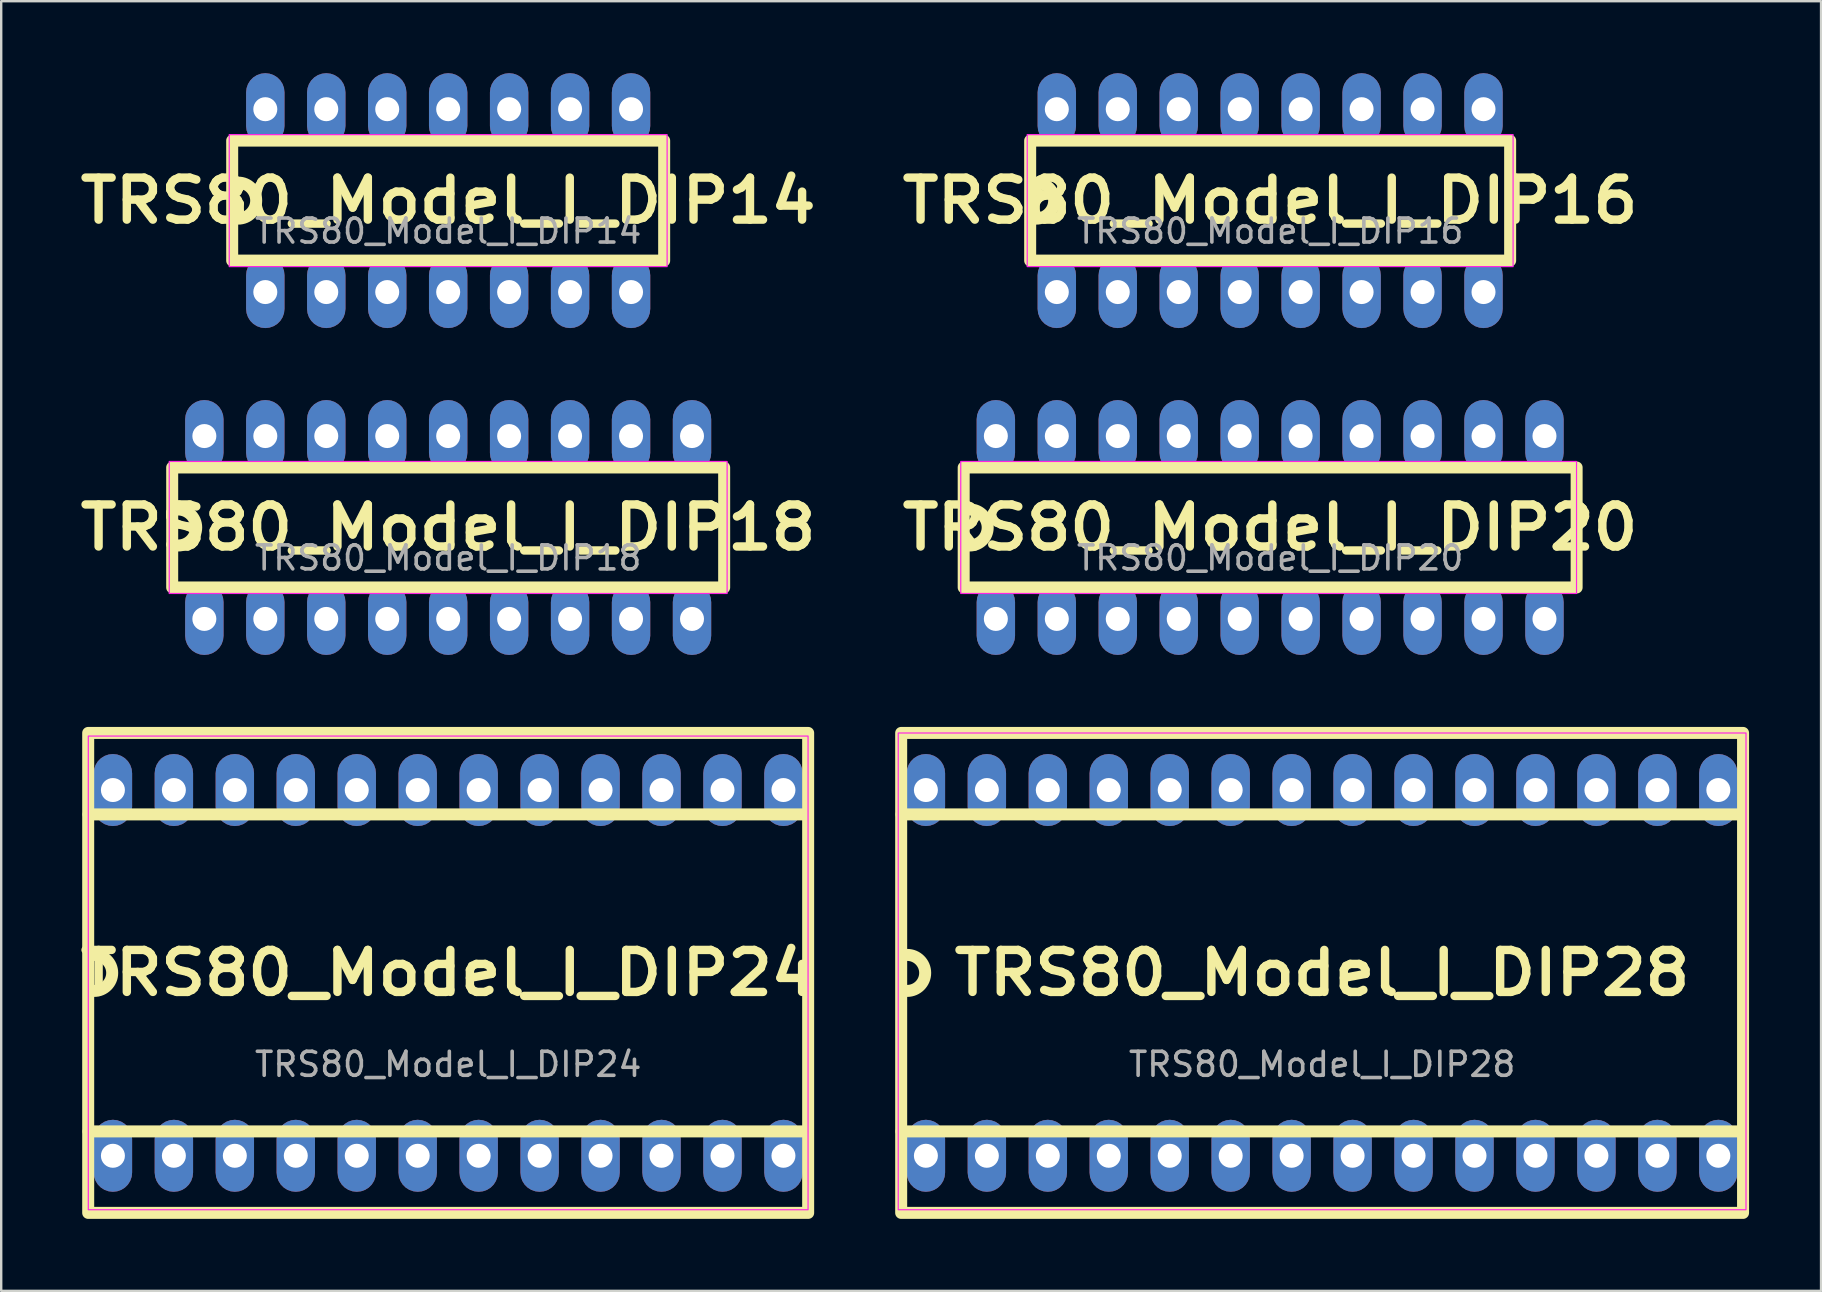
<source format=kicad_pcb>
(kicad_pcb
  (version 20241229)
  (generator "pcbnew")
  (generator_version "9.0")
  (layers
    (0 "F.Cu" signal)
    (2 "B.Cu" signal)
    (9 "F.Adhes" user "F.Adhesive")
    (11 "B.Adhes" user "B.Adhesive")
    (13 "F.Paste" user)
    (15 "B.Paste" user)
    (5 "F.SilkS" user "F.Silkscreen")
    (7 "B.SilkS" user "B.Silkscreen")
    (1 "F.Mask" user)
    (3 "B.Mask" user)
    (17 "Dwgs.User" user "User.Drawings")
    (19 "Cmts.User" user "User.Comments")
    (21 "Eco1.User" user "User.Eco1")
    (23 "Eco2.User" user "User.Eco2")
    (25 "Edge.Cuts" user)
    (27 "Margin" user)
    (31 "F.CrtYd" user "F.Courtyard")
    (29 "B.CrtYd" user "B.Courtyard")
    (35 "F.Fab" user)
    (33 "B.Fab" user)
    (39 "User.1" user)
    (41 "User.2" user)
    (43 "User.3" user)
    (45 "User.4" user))
  (footprint "TRS80_Model_I_DIP16"
    (layer "F.Cu")
    (at 49.876 5.31)
    (property "Reference" "TRS80_Model_I_DIP16" (at 0 0 0) (unlocked yes) (layer "F.SilkS") (effects (font (size 1.75 1.9) (thickness 0.35) (bold yes))))
    (attr through_hole)
    (fp_rect (start -10 -2.5) (end 10 2.5) (stroke (width 0.5) (type default)) (fill no) (layer "F.SilkS"))
    (fp_arc (start -9.75 -0.75) (mid -9 0) (end -9.75 0.75) (stroke (width 0.5) (type default)) (layer "F.SilkS"))
    (fp_rect (start -10.123 -2.75) (end 10.123 2.75) (stroke (width 0.05) (type default)) (fill no) (layer "F.CrtYd"))
    (fp_text user "${REFERENCE}" (at 0 1.27 0) (unlocked yes) (layer "F.Fab") (effects (font (size 1 1) (thickness 0.15))))
    (pad "1" thru_hole roundrect (at -8.89 3.81) (size 1.6 3) (drill 1) (layers "*.Cu" "*.Mask") (roundrect_rratio 0.5))
    (pad "2" thru_hole roundrect (at -6.35 3.81) (size 1.6 3) (drill 1) (layers "*.Cu" "*.Mask") (roundrect_rratio 0.5))
    (pad "3" thru_hole roundrect (at -3.81 3.81) (size 1.6 3) (drill 1) (layers "*.Cu" "*.Mask") (roundrect_rratio 0.5))
    (pad "4" thru_hole roundrect (at -1.27 3.81) (size 1.6 3) (drill 1) (layers "*.Cu" "*.Mask") (roundrect_rratio 0.5))
    (pad "5" thru_hole roundrect (at 1.27 3.81) (size 1.6 3) (drill 1) (layers "*.Cu" "*.Mask") (roundrect_rratio 0.5))
    (pad "6" thru_hole roundrect (at 3.81 3.81) (size 1.6 3) (drill 1) (layers "*.Cu" "*.Mask") (roundrect_rratio 0.5))
    (pad "7" thru_hole roundrect (at 6.35 3.81) (size 1.6 3) (drill 1) (layers "*.Cu" "*.Mask") (roundrect_rratio 0.5))
    (pad "8" thru_hole roundrect (at 8.89 3.81) (size 1.6 3) (drill 1) (layers "*.Cu" "*.Mask") (roundrect_rratio 0.5))
    (pad "9" thru_hole roundrect (at 8.89 -3.81) (size 1.6 3) (drill 1) (layers "*.Cu" "*.Mask") (roundrect_rratio 0.5))
    (pad "10" thru_hole roundrect (at 6.35 -3.81) (size 1.6 3) (drill 1) (layers "*.Cu" "*.Mask") (roundrect_rratio 0.5))
    (pad "11" thru_hole roundrect (at 3.81 -3.81) (size 1.6 3) (drill 1) (layers "*.Cu" "*.Mask") (roundrect_rratio 0.5))
    (pad "12" thru_hole roundrect (at 1.27 -3.81) (size 1.6 3) (drill 1) (layers "*.Cu" "*.Mask") (roundrect_rratio 0.5))
    (pad "13" thru_hole roundrect (at -1.27 -3.81) (size 1.6 3) (drill 1) (layers "*.Cu" "*.Mask") (roundrect_rratio 0.5))
    (pad "14" thru_hole roundrect (at -3.81 -3.81) (size 1.6 3) (drill 1) (layers "*.Cu" "*.Mask") (roundrect_rratio 0.5))
    (pad "15" thru_hole roundrect (at -6.35 -3.81) (size 1.6 3) (drill 1) (layers "*.Cu" "*.Mask") (roundrect_rratio 0.5))
    (pad "16" thru_hole roundrect (at -8.89 -3.81) (size 1.6 3) (drill 1) (layers "*.Cu" "*.Mask") (roundrect_rratio 0.5)))
  (footprint "TRS80_Model_I_DIP24"
    (layer "F.Cu")
    (at 15.625 37.49)
    (property "Reference" "TRS80_Model_I_DIP24" (at 0 0 0) (unlocked yes) (layer "F.SilkS") (effects (font (size 1.75 1.9) (thickness 0.35) (bold yes))))
    (attr through_hole)
    (fp_line (start 14.986 -6.604) (end -14.986 -6.604) (stroke (width 0.5) (type default)) (layer "F.SilkS"))
    (fp_line (start 14.986 6.604) (end -14.986 6.604) (stroke (width 0.5) (type default)) (layer "F.SilkS"))
    (fp_rect (start -15 -10) (end 15 10) (stroke (width 0.5) (type default)) (fill no) (layer "F.SilkS"))
    (fp_arc (start -14.75 -0.75) (mid -14 0) (end -14.75 0.75) (stroke (width 0.5) (type default)) (layer "F.SilkS"))
    (fp_rect (start -14.996 -9.869) (end 14.996 9.869) (stroke (width 0.05) (type default)) (fill no) (layer "F.CrtYd"))
    (fp_text user "${REFERENCE}" (at 0 3.81 0) (unlocked yes) (layer "F.Fab") (effects (font (size 1 1) (thickness 0.15))))
    (pad "1" thru_hole roundrect (at -13.97 7.62) (size 1.6 3) (drill 1) (layers "*.Cu" "*.Mask") (roundrect_rratio 0.5))
    (pad "2" thru_hole roundrect (at -11.43 7.62) (size 1.6 3) (drill 1) (layers "*.Cu" "*.Mask") (roundrect_rratio 0.5))
    (pad "3" thru_hole roundrect (at -8.89 7.62) (size 1.6 3) (drill 1) (layers "*.Cu" "*.Mask") (roundrect_rratio 0.5))
    (pad "4" thru_hole roundrect (at -6.35 7.62) (size 1.6 3) (drill 1) (layers "*.Cu" "*.Mask") (roundrect_rratio 0.5))
    (pad "5" thru_hole roundrect (at -3.81 7.62) (size 1.6 3) (drill 1) (layers "*.Cu" "*.Mask") (roundrect_rratio 0.5))
    (pad "6" thru_hole roundrect (at -1.27 7.62) (size 1.6 3) (drill 1) (layers "*.Cu" "*.Mask") (roundrect_rratio 0.5))
    (pad "7" thru_hole roundrect (at 1.27 7.62) (size 1.6 3) (drill 1) (layers "*.Cu" "*.Mask") (roundrect_rratio 0.5))
    (pad "8" thru_hole roundrect (at 3.81 7.62) (size 1.6 3) (drill 1) (layers "*.Cu" "*.Mask") (roundrect_rratio 0.5))
    (pad "9" thru_hole roundrect (at 6.35 7.62) (size 1.6 3) (drill 1) (layers "*.Cu" "*.Mask") (roundrect_rratio 0.5))
    (pad "10" thru_hole roundrect (at 8.89 7.62) (size 1.6 3) (drill 1) (layers "*.Cu" "*.Mask") (roundrect_rratio 0.5))
    (pad "11" thru_hole roundrect (at 11.43 7.62) (size 1.6 3) (drill 1) (layers "*.Cu" "*.Mask") (roundrect_rratio 0.5))
    (pad "12" thru_hole roundrect (at 13.97 7.62) (size 1.6 3) (drill 1) (layers "*.Cu" "*.Mask") (roundrect_rratio 0.5))
    (pad "13" thru_hole roundrect (at 13.97 -7.62) (size 1.6 3) (drill 1) (layers "*.Cu" "*.Mask") (roundrect_rratio 0.5))
    (pad "14" thru_hole roundrect (at 11.43 -7.62) (size 1.6 3) (drill 1) (layers "*.Cu" "*.Mask") (roundrect_rratio 0.5))
    (pad "15" thru_hole roundrect (at 8.89 -7.62) (size 1.6 3) (drill 1) (layers "*.Cu" "*.Mask") (roundrect_rratio 0.5))
    (pad "16" thru_hole roundrect (at 6.35 -7.62) (size 1.6 3) (drill 1) (layers "*.Cu" "*.Mask") (roundrect_rratio 0.5))
    (pad "17" thru_hole roundrect (at 3.81 -7.62) (size 1.6 3) (drill 1) (layers "*.Cu" "*.Mask") (roundrect_rratio 0.5))
    (pad "18" thru_hole roundrect (at 1.27 -7.62) (size 1.6 3) (drill 1) (layers "*.Cu" "*.Mask") (roundrect_rratio 0.5))
    (pad "19" thru_hole roundrect (at -1.27 -7.62) (size 1.6 3) (drill 1) (layers "*.Cu" "*.Mask") (roundrect_rratio 0.5))
    (pad "20" thru_hole roundrect (at -3.81 -7.62) (size 1.6 3) (drill 1) (layers "*.Cu" "*.Mask") (roundrect_rratio 0.5))
    (pad "21" thru_hole roundrect (at -6.35 -7.62) (size 1.6 3) (drill 1) (layers "*.Cu" "*.Mask") (roundrect_rratio 0.5))
    (pad "22" thru_hole roundrect (at -8.89 -7.62) (size 1.6 3) (drill 1) (layers "*.Cu" "*.Mask") (roundrect_rratio 0.5))
    (pad "23" thru_hole roundrect (at -11.43 -7.62) (size 1.6 3) (drill 1) (layers "*.Cu" "*.Mask") (roundrect_rratio 0.5))
    (pad "24" thru_hole roundrect (at -13.97 -7.62) (size 1.6 3) (drill 1) (layers "*.Cu" "*.Mask") (roundrect_rratio 0.5)))
  (footprint "TRS80_Model_I_DIP14"
    (layer "F.Cu")
    (at 15.625 5.31)
    (property "Reference" "TRS80_Model_I_DIP14" (at 0 0 0) (unlocked yes) (layer "F.SilkS") (effects (font (size 1.75 1.9) (thickness 0.35) (bold yes))))
    (attr through_hole)
    (fp_rect (start -9 -2.5) (end 9 2.5) (stroke (width 0.5) (type default)) (fill no) (layer "F.SilkS"))
    (fp_arc (start -8.75 -0.75) (mid -8 0) (end -8.75 0.75) (stroke (width 0.5) (type default)) (layer "F.SilkS"))
    (fp_rect (start -9.123 -2.75) (end 9.123 2.75) (stroke (width 0.05) (type default)) (fill no) (layer "F.CrtYd"))
    (fp_text user "${REFERENCE}" (at 0 1.27 0) (unlocked yes) (layer "F.Fab") (effects (font (size 1 1) (thickness 0.15))))
    (pad "1" thru_hole roundrect (at -7.62 3.81) (size 1.6 3) (drill 1) (layers "*.Cu" "*.Mask") (roundrect_rratio 0.5))
    (pad "2" thru_hole roundrect (at -5.08 3.81) (size 1.6 3) (drill 1) (layers "*.Cu" "*.Mask") (roundrect_rratio 0.5))
    (pad "3" thru_hole roundrect (at -2.54 3.81) (size 1.6 3) (drill 1) (layers "*.Cu" "*.Mask") (roundrect_rratio 0.5))
    (pad "4" thru_hole roundrect (at 0 3.81) (size 1.6 3) (drill 1) (layers "*.Cu" "*.Mask") (roundrect_rratio 0.5))
    (pad "5" thru_hole roundrect (at 2.54 3.81) (size 1.6 3) (drill 1) (layers "*.Cu" "*.Mask") (roundrect_rratio 0.5))
    (pad "6" thru_hole roundrect (at 5.08 3.81) (size 1.6 3) (drill 1) (layers "*.Cu" "*.Mask") (roundrect_rratio 0.5))
    (pad "7" thru_hole roundrect (at 7.62 3.81) (size 1.6 3) (drill 1) (layers "*.Cu" "*.Mask") (roundrect_rratio 0.5))
    (pad "8" thru_hole roundrect (at 7.62 -3.81) (size 1.6 3) (drill 1) (layers "*.Cu" "*.Mask") (roundrect_rratio 0.5))
    (pad "9" thru_hole roundrect (at 5.08 -3.81) (size 1.6 3) (drill 1) (layers "*.Cu" "*.Mask") (roundrect_rratio 0.5))
    (pad "10" thru_hole roundrect (at 2.54 -3.81) (size 1.6 3) (drill 1) (layers "*.Cu" "*.Mask") (roundrect_rratio 0.5))
    (pad "11" thru_hole roundrect (at 0 -3.81) (size 1.6 3) (drill 1) (layers "*.Cu" "*.Mask") (roundrect_rratio 0.5))
    (pad "12" thru_hole roundrect (at -2.54 -3.81) (size 1.6 3) (drill 1) (layers "*.Cu" "*.Mask") (roundrect_rratio 0.5))
    (pad "13" thru_hole roundrect (at -5.08 -3.81) (size 1.6 3) (drill 1) (layers "*.Cu" "*.Mask") (roundrect_rratio 0.5))
    (pad "14" thru_hole roundrect (at -7.62 -3.81) (size 1.6 3) (drill 1) (layers "*.Cu" "*.Mask") (roundrect_rratio 0.5)))
  (footprint "TRS80_Model_I_DIP18"
    (layer "F.Cu")
    (at 15.625 18.93)
    (property "Reference" "TRS80_Model_I_DIP18" (at 0 0 0) (unlocked yes) (layer "F.SilkS") (effects (font (size 1.75 1.9) (thickness 0.35) (bold yes))))
    (attr through_hole)
    (fp_rect (start -11.5 -2.5) (end 11.5 2.5) (stroke (width 0.5) (type default)) (fill no) (layer "F.SilkS"))
    (fp_arc (start -11.25 -0.75) (mid -10.5 0) (end -11.25 0.75) (stroke (width 0.5) (type default)) (layer "F.SilkS"))
    (fp_rect (start -11.623 -2.75) (end 11.623 2.75) (stroke (width 0.05) (type default)) (fill no) (layer "F.CrtYd"))
    (fp_text user "${REFERENCE}" (at 0 1.27 0) (unlocked yes) (layer "F.Fab") (effects (font (size 1 1) (thickness 0.15))))
    (pad "1" thru_hole roundrect (at -10.16 3.81) (size 1.6 3) (drill 1) (layers "*.Cu" "*.Mask") (roundrect_rratio 0.5))
    (pad "2" thru_hole roundrect (at -7.62 3.81) (size 1.6 3) (drill 1) (layers "*.Cu" "*.Mask") (roundrect_rratio 0.5))
    (pad "3" thru_hole roundrect (at -5.08 3.81) (size 1.6 3) (drill 1) (layers "*.Cu" "*.Mask") (roundrect_rratio 0.5))
    (pad "4" thru_hole roundrect (at -2.54 3.81) (size 1.6 3) (drill 1) (layers "*.Cu" "*.Mask") (roundrect_rratio 0.5))
    (pad "5" thru_hole roundrect (at 0 3.81) (size 1.6 3) (drill 1) (layers "*.Cu" "*.Mask") (roundrect_rratio 0.5))
    (pad "6" thru_hole roundrect (at 2.54 3.81) (size 1.6 3) (drill 1) (layers "*.Cu" "*.Mask") (roundrect_rratio 0.5))
    (pad "7" thru_hole roundrect (at 5.08 3.81) (size 1.6 3) (drill 1) (layers "*.Cu" "*.Mask") (roundrect_rratio 0.5))
    (pad "8" thru_hole roundrect (at 7.62 3.81) (size 1.6 3) (drill 1) (layers "*.Cu" "*.Mask") (roundrect_rratio 0.5))
    (pad "9" thru_hole roundrect (at 10.16 3.81) (size 1.6 3) (drill 1) (layers "*.Cu" "*.Mask") (roundrect_rratio 0.5))
    (pad "10" thru_hole roundrect (at 10.16 -3.81) (size 1.6 3) (drill 1) (layers "*.Cu" "*.Mask") (roundrect_rratio 0.5))
    (pad "11" thru_hole roundrect (at 7.62 -3.81) (size 1.6 3) (drill 1) (layers "*.Cu" "*.Mask") (roundrect_rratio 0.5))
    (pad "12" thru_hole roundrect (at 5.08 -3.81) (size 1.6 3) (drill 1) (layers "*.Cu" "*.Mask") (roundrect_rratio 0.5))
    (pad "13" thru_hole roundrect (at 2.54 -3.81) (size 1.6 3) (drill 1) (layers "*.Cu" "*.Mask") (roundrect_rratio 0.5))
    (pad "14" thru_hole roundrect (at 0 -3.81) (size 1.6 3) (drill 1) (layers "*.Cu" "*.Mask") (roundrect_rratio 0.5))
    (pad "15" thru_hole roundrect (at -2.54 -3.81) (size 1.6 3) (drill 1) (layers "*.Cu" "*.Mask") (roundrect_rratio 0.5))
    (pad "16" thru_hole roundrect (at -5.08 -3.81) (size 1.6 3) (drill 1) (layers "*.Cu" "*.Mask") (roundrect_rratio 0.5))
    (pad "17" thru_hole roundrect (at -7.62 -3.81) (size 1.6 3) (drill 1) (layers "*.Cu" "*.Mask") (roundrect_rratio 0.5))
    (pad "18" thru_hole roundrect (at -10.16 -3.81) (size 1.6 3) (drill 1) (layers "*.Cu" "*.Mask") (roundrect_rratio 0.5)))
  (footprint "TRS80_Model_I_DIP28"
    (layer "F.Cu")
    (at 52.041 37.49)
    (property "Reference" "TRS80_Model_I_DIP28" (at 0 0 0) (unlocked yes) (layer "F.SilkS") (effects (font (size 1.75 1.9) (thickness 0.35) (bold yes))))
    (attr through_hole)
    (fp_line (start 17.526 -6.604) (end -17.526 -6.604) (stroke (width 0.5) (type default)) (layer "F.SilkS"))
    (fp_line (start 17.526 6.604) (end -17.526 6.604) (stroke (width 0.5) (type default)) (layer "F.SilkS"))
    (fp_rect (start -17.54 -10) (end 17.54 10) (stroke (width 0.5) (type default)) (fill no) (layer "F.SilkS"))
    (fp_arc (start -17.29 -0.75) (mid -16.54 0) (end -17.29 0.75) (stroke (width 0.5) (type default)) (layer "F.SilkS"))
    (fp_rect (start -17.663 -9.996) (end 17.663 9.869) (stroke (width 0.05) (type default)) (fill no) (layer "F.CrtYd"))
    (fp_text user "${REFERENCE}" (at 0 3.81 0) (unlocked yes) (layer "F.Fab") (effects (font (size 1 1) (thickness 0.15))))
    (pad "1" thru_hole roundrect (at -16.51 7.62) (size 1.6 3) (drill 1) (layers "*.Cu" "*.Mask") (roundrect_rratio 0.5))
    (pad "2" thru_hole roundrect (at -13.97 7.62) (size 1.6 3) (drill 1) (layers "*.Cu" "*.Mask") (roundrect_rratio 0.5))
    (pad "3" thru_hole roundrect (at -11.43 7.62) (size 1.6 3) (drill 1) (layers "*.Cu" "*.Mask") (roundrect_rratio 0.5))
    (pad "4" thru_hole roundrect (at -8.89 7.62) (size 1.6 3) (drill 1) (layers "*.Cu" "*.Mask") (roundrect_rratio 0.5))
    (pad "5" thru_hole roundrect (at -6.35 7.62) (size 1.6 3) (drill 1) (layers "*.Cu" "*.Mask") (roundrect_rratio 0.5))
    (pad "6" thru_hole roundrect (at -3.81 7.62) (size 1.6 3) (drill 1) (layers "*.Cu" "*.Mask") (roundrect_rratio 0.5))
    (pad "7" thru_hole roundrect (at -1.27 7.62) (size 1.6 3) (drill 1) (layers "*.Cu" "*.Mask") (roundrect_rratio 0.5))
    (pad "8" thru_hole roundrect (at 1.27 7.62) (size 1.6 3) (drill 1) (layers "*.Cu" "*.Mask") (roundrect_rratio 0.5))
    (pad "9" thru_hole roundrect (at 3.81 7.62) (size 1.6 3) (drill 1) (layers "*.Cu" "*.Mask") (roundrect_rratio 0.5))
    (pad "10" thru_hole roundrect (at 6.35 7.62) (size 1.6 3) (drill 1) (layers "*.Cu" "*.Mask") (roundrect_rratio 0.5))
    (pad "11" thru_hole roundrect (at 8.89 7.62) (size 1.6 3) (drill 1) (layers "*.Cu" "*.Mask") (roundrect_rratio 0.5))
    (pad "12" thru_hole roundrect (at 11.43 7.62) (size 1.6 3) (drill 1) (layers "*.Cu" "*.Mask") (roundrect_rratio 0.5))
    (pad "13" thru_hole roundrect (at 13.97 7.62) (size 1.6 3) (drill 1) (layers "*.Cu" "*.Mask") (roundrect_rratio 0.5))
    (pad "14" thru_hole roundrect (at 16.51 7.62) (size 1.6 3) (drill 1) (layers "*.Cu" "*.Mask") (roundrect_rratio 0.5))
    (pad "15" thru_hole roundrect (at 16.51 -7.62) (size 1.6 3) (drill 1) (layers "*.Cu" "*.Mask") (roundrect_rratio 0.5))
    (pad "16" thru_hole roundrect (at 13.97 -7.62) (size 1.6 3) (drill 1) (layers "*.Cu" "*.Mask") (roundrect_rratio 0.5))
    (pad "17" thru_hole roundrect (at 11.43 -7.62) (size 1.6 3) (drill 1) (layers "*.Cu" "*.Mask") (roundrect_rratio 0.5))
    (pad "18" thru_hole roundrect (at 8.89 -7.62) (size 1.6 3) (drill 1) (layers "*.Cu" "*.Mask") (roundrect_rratio 0.5))
    (pad "19" thru_hole roundrect (at 6.35 -7.62) (size 1.6 3) (drill 1) (layers "*.Cu" "*.Mask") (roundrect_rratio 0.5))
    (pad "20" thru_hole roundrect (at 3.81 -7.62) (size 1.6 3) (drill 1) (layers "*.Cu" "*.Mask") (roundrect_rratio 0.5))
    (pad "21" thru_hole roundrect (at 1.27 -7.62) (size 1.6 3) (drill 1) (layers "*.Cu" "*.Mask") (roundrect_rratio 0.5))
    (pad "22" thru_hole roundrect (at -1.27 -7.62) (size 1.6 3) (drill 1) (layers "*.Cu" "*.Mask") (roundrect_rratio 0.5))
    (pad "23" thru_hole roundrect (at -3.81 -7.62) (size 1.6 3) (drill 1) (layers "*.Cu" "*.Mask") (roundrect_rratio 0.5))
    (pad "24" thru_hole roundrect (at -6.35 -7.62) (size 1.6 3) (drill 1) (layers "*.Cu" "*.Mask") (roundrect_rratio 0.5))
    (pad "25" thru_hole roundrect (at -8.89 -7.62) (size 1.6 3) (drill 1) (layers "*.Cu" "*.Mask") (roundrect_rratio 0.5))
    (pad "26" thru_hole roundrect (at -11.43 -7.62) (size 1.6 3) (drill 1) (layers "*.Cu" "*.Mask") (roundrect_rratio 0.5))
    (pad "27" thru_hole roundrect (at -13.97 -7.62) (size 1.6 3) (drill 1) (layers "*.Cu" "*.Mask") (roundrect_rratio 0.5))
    (pad "28" thru_hole roundrect (at -16.51 -7.62) (size 1.6 3) (drill 1) (layers "*.Cu" "*.Mask") (roundrect_rratio 0.5)))
  (footprint "TRS80_Model_I_DIP20"
    (layer "F.Cu")
    (at 49.876 18.93)
    (property "Reference" "TRS80_Model_I_DIP20" (at 0 0 0) (unlocked yes) (layer "F.SilkS") (effects (font (size 1.75 1.9) (thickness 0.35) (bold yes))))
    (attr through_hole)
    (fp_rect (start -12.77 -2.5) (end 12.77 2.5) (stroke (width 0.5) (type default)) (fill no) (layer "F.SilkS"))
    (fp_arc (start -12.52 -0.75) (mid -11.77 0) (end -12.52 0.75) (stroke (width 0.5) (type default)) (layer "F.SilkS"))
    (fp_rect (start -12.893 -2.75) (end 12.766 2.75) (stroke (width 0.05) (type default)) (fill no) (layer "F.CrtYd"))
    (fp_text user "${REFERENCE}" (at 0 1.27 0) (unlocked yes) (layer "F.Fab") (effects (font (size 1 1) (thickness 0.15))))
    (pad "1" thru_hole roundrect (at -11.43 3.81) (size 1.6 3) (drill 1) (layers "*.Cu" "*.Mask") (roundrect_rratio 0.5))
    (pad "2" thru_hole roundrect (at -8.89 3.81) (size 1.6 3) (drill 1) (layers "*.Cu" "*.Mask") (roundrect_rratio 0.5))
    (pad "3" thru_hole roundrect (at -6.35 3.81) (size 1.6 3) (drill 1) (layers "*.Cu" "*.Mask") (roundrect_rratio 0.5))
    (pad "4" thru_hole roundrect (at -3.81 3.81) (size 1.6 3) (drill 1) (layers "*.Cu" "*.Mask") (roundrect_rratio 0.5))
    (pad "5" thru_hole roundrect (at -1.27 3.81) (size 1.6 3) (drill 1) (layers "*.Cu" "*.Mask") (roundrect_rratio 0.5))
    (pad "6" thru_hole roundrect (at 1.27 3.81) (size 1.6 3) (drill 1) (layers "*.Cu" "*.Mask") (roundrect_rratio 0.5))
    (pad "7" thru_hole roundrect (at 3.81 3.81) (size 1.6 3) (drill 1) (layers "*.Cu" "*.Mask") (roundrect_rratio 0.5))
    (pad "8" thru_hole roundrect (at 6.35 3.81) (size 1.6 3) (drill 1) (layers "*.Cu" "*.Mask") (roundrect_rratio 0.5))
    (pad "9" thru_hole roundrect (at 8.89 3.81) (size 1.6 3) (drill 1) (layers "*.Cu" "*.Mask") (roundrect_rratio 0.5))
    (pad "10" thru_hole roundrect (at 11.43 3.81) (size 1.6 3) (drill 1) (layers "*.Cu" "*.Mask") (roundrect_rratio 0.5))
    (pad "11" thru_hole roundrect (at 11.43 -3.81) (size 1.6 3) (drill 1) (layers "*.Cu" "*.Mask") (roundrect_rratio 0.5))
    (pad "12" thru_hole roundrect (at 8.89 -3.81) (size 1.6 3) (drill 1) (layers "*.Cu" "*.Mask") (roundrect_rratio 0.5))
    (pad "13" thru_hole roundrect (at 6.35 -3.81) (size 1.6 3) (drill 1) (layers "*.Cu" "*.Mask") (roundrect_rratio 0.5))
    (pad "14" thru_hole roundrect (at 3.81 -3.81) (size 1.6 3) (drill 1) (layers "*.Cu" "*.Mask") (roundrect_rratio 0.5))
    (pad "15" thru_hole roundrect (at 1.27 -3.81) (size 1.6 3) (drill 1) (layers "*.Cu" "*.Mask") (roundrect_rratio 0.5))
    (pad "16" thru_hole roundrect (at -1.27 -3.81) (size 1.6 3) (drill 1) (layers "*.Cu" "*.Mask") (roundrect_rratio 0.5))
    (pad "17" thru_hole roundrect (at -3.81 -3.81) (size 1.6 3) (drill 1) (layers "*.Cu" "*.Mask") (roundrect_rratio 0.5))
    (pad "18" thru_hole roundrect (at -6.35 -3.81) (size 1.6 3) (drill 1) (layers "*.Cu" "*.Mask") (roundrect_rratio 0.5))
    (pad "19" thru_hole roundrect (at -8.89 -3.81) (size 1.6 3) (drill 1) (layers "*.Cu" "*.Mask") (roundrect_rratio 0.5))
    (pad "20" thru_hole roundrect (at -11.43 -3.81) (size 1.6 3) (drill 1) (layers "*.Cu" "*.Mask") (roundrect_rratio 0.5)))
  (gr_rect
    (start -3 -3)
    (end 72.831 50.74)
    (stroke (width 0.1) (type default))
    (fill no)
    (layer "Edge.Cuts")))
</source>
